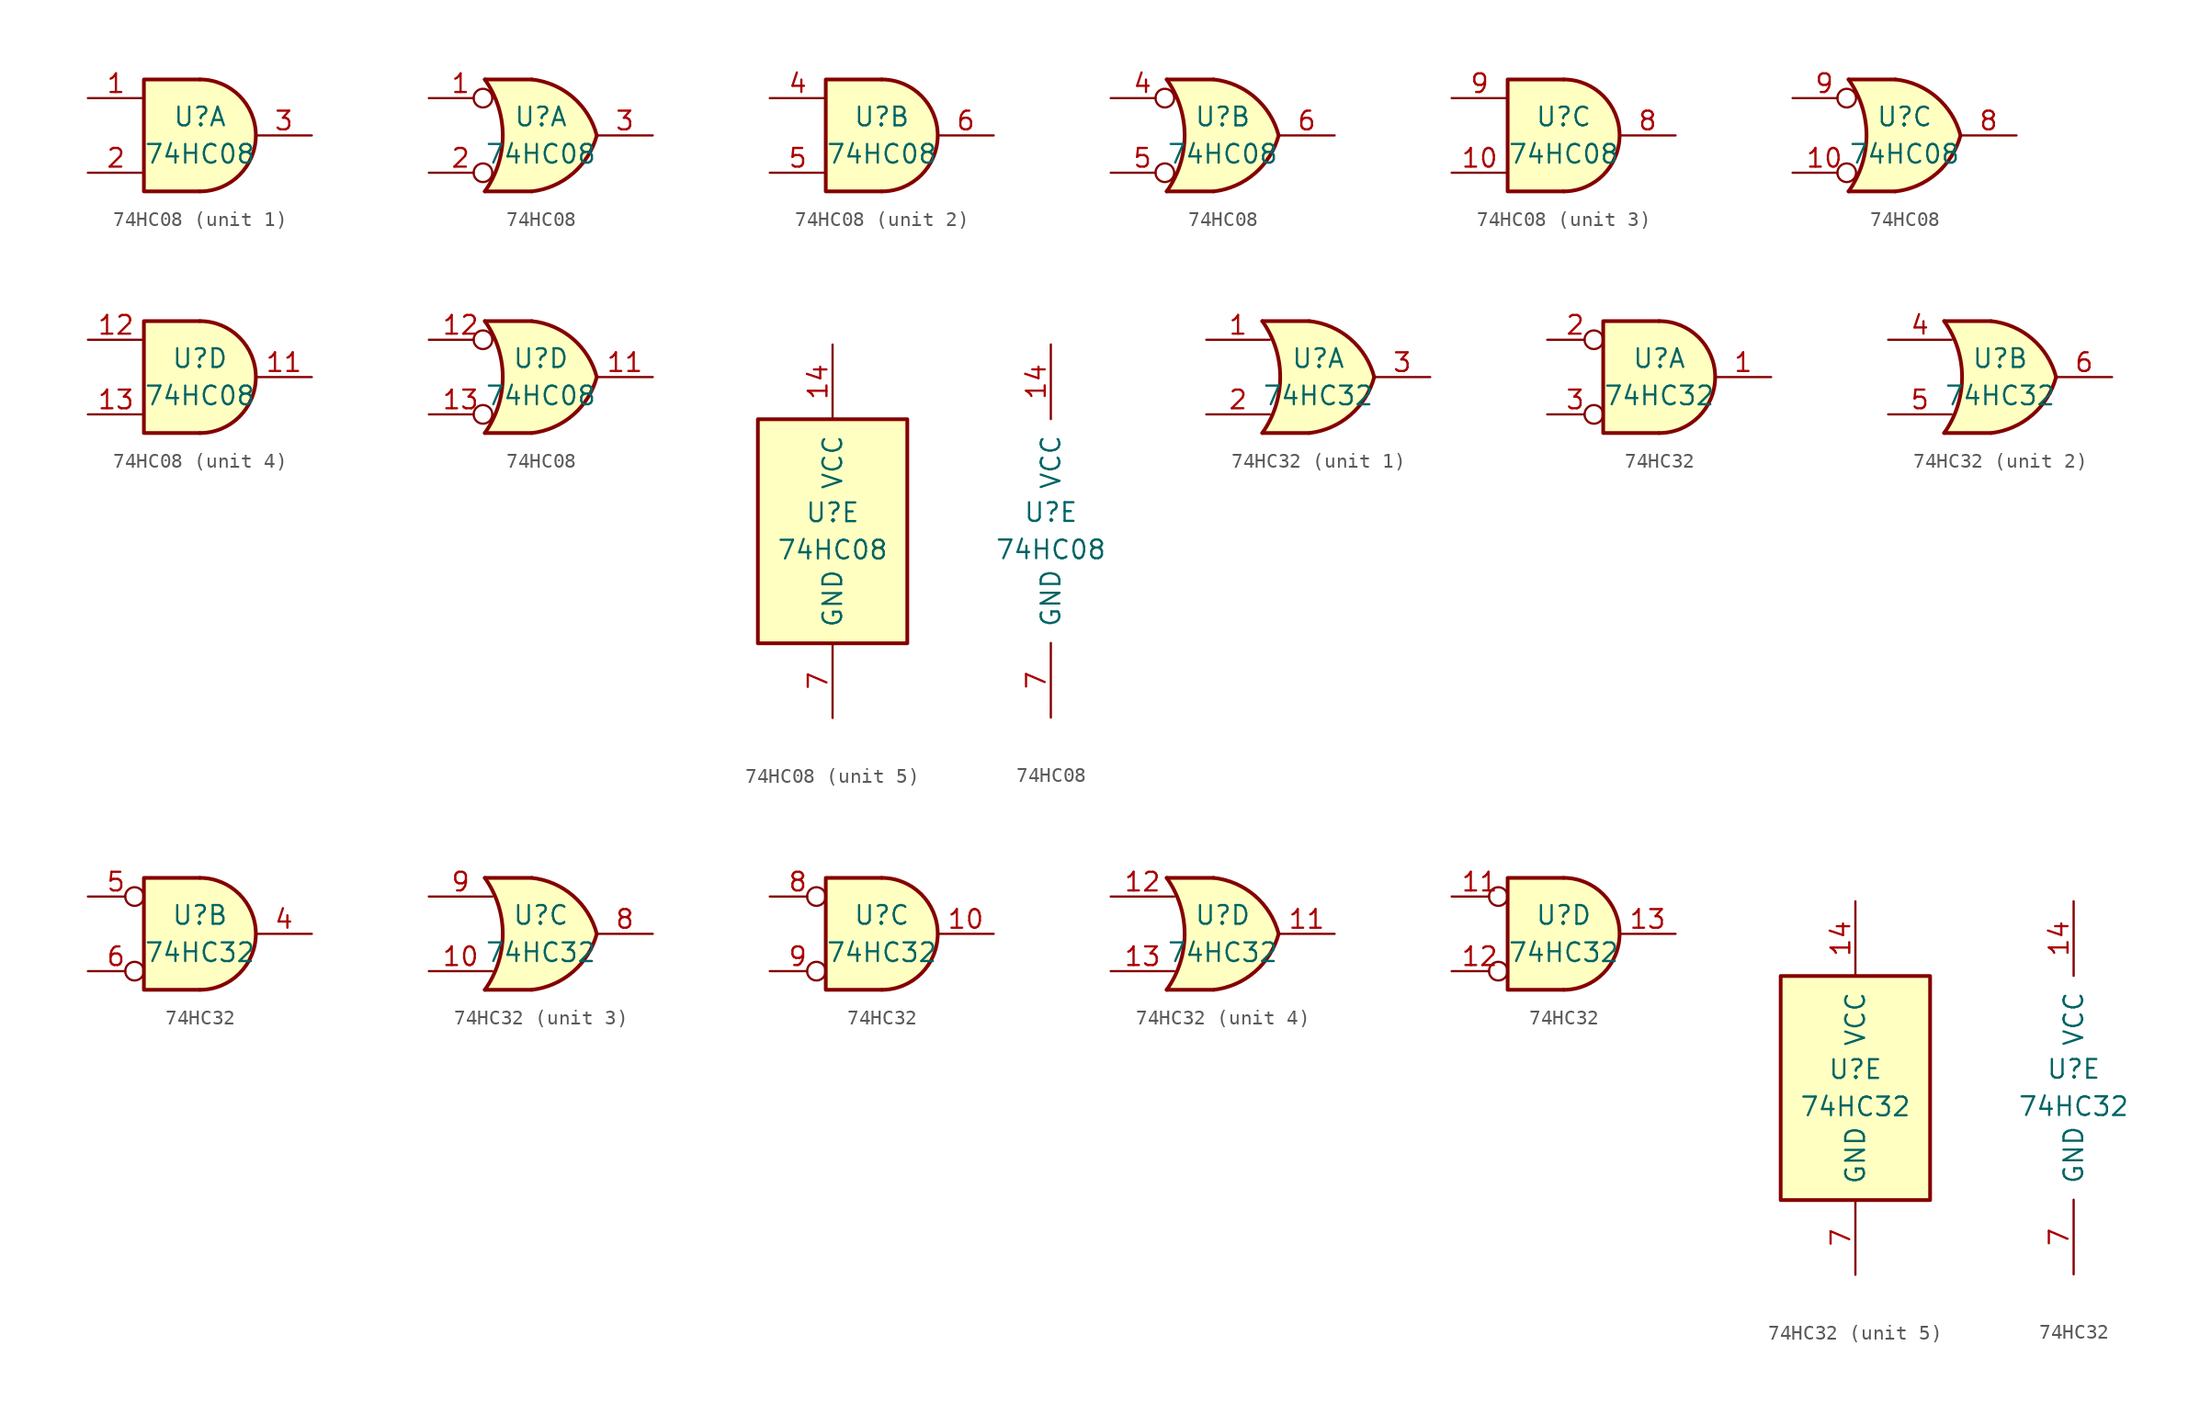
<source format=kicad_sym>
(kicad_symbol_lib
  (version 20220914)
  (generator kicad_symbol_editor)
  (symbol "74HC08"
    (pin_names
      (offset 1.016))
    (property "Reference" "U"
      (at 0 1.27 0)
      (effects (font (size 1.27 1.27))))
    (property "Value" "74HC08"
      (at 0 -1.27 0)
      (effects (font (size 1.27 1.27))))
    (property "ki_locked" ""
      (at 0 0 0)
      (effects (font (size 1.27 1.27))))
    (symbol "74HC08_1_1"
      (arc (start 0 -3.81) (mid 3.7934 0) (end 0 3.81) (stroke (width 0.254) (type default)) (fill (type background)))
      (polyline (pts (xy 0 3.81) (xy -3.81 3.81) (xy -3.81 -3.81) (xy 0 -3.81)) (stroke (width 0.254) (type default)) (fill (type background)))
      (pin input line (at -7.62 2.54 0) (length 3.81) (name "~" (effects (font (size 1.27 1.27)))) (number "1" (effects (font (size 1.27 1.27)))))
      (pin input line (at -7.62 -2.54 0) (length 3.81) (name "~" (effects (font (size 1.27 1.27)))) (number "2" (effects (font (size 1.27 1.27)))))
      (pin output line (at 7.62 0 180) (length 3.81) (name "~" (effects (font (size 1.27 1.27)))) (number "3" (effects (font (size 1.27 1.27))))))
    (symbol "74HC08_1_2"
      (arc (start -3.81 -3.81) (mid -2.589 0) (end -3.81 3.81) (stroke (width 0.254) (type default)) (fill (type none)))
      (arc (start -0.6096 -3.81) (mid 2.1842 -2.5851) (end 3.81 0) (stroke (width 0.254) (type default)) (fill (type background)))
      (polyline (pts (xy -3.81 -3.81) (xy -0.635 -3.81)) (stroke (width 0.254) (type default)) (fill (type background)))
      (polyline (pts (xy -3.81 3.81) (xy -0.635 3.81)) (stroke (width 0.254) (type default)) (fill (type background)))
      (polyline (pts (xy -0.635 3.81) (xy -3.81 3.81) (xy -3.81 3.81) (xy -3.556 3.404) (xy -3.023 2.261) (xy -2.692 1.041) (xy -2.616 -0.254) (xy -2.769 -1.499) (xy -3.175 -2.718) (xy -3.81 -3.81) (xy -3.81 -3.81) (xy -0.635 -3.81)) (stroke (width -25.4) (type default)) (fill (type background)))
      (arc (start 3.81 0) (mid 2.1915 2.5936) (end -0.6096 3.81) (stroke (width 0.254) (type default)) (fill (type background)))
      (pin input inverted (at -7.62 2.54 0) (length 4.318) (name "~" (effects (font (size 1.27 1.27)))) (number "1" (effects (font (size 1.27 1.27)))))
      (pin input inverted (at -7.62 -2.54 0) (length 4.318) (name "~" (effects (font (size 1.27 1.27)))) (number "2" (effects (font (size 1.27 1.27)))))
      (pin output line (at 7.62 0 180) (length 3.81) (name "~" (effects (font (size 1.27 1.27)))) (number "3" (effects (font (size 1.27 1.27))))))
    (symbol "74HC08_2_1"
      (arc (start 0 -3.81) (mid 3.7934 0) (end 0 3.81) (stroke (width 0.254) (type default)) (fill (type background)))
      (polyline (pts (xy 0 3.81) (xy -3.81 3.81) (xy -3.81 -3.81) (xy 0 -3.81)) (stroke (width 0.254) (type default)) (fill (type background)))
      (pin input line (at -7.62 2.54 0) (length 3.81) (name "~" (effects (font (size 1.27 1.27)))) (number "4" (effects (font (size 1.27 1.27)))))
      (pin input line (at -7.62 -2.54 0) (length 3.81) (name "~" (effects (font (size 1.27 1.27)))) (number "5" (effects (font (size 1.27 1.27)))))
      (pin output line (at 7.62 0 180) (length 3.81) (name "~" (effects (font (size 1.27 1.27)))) (number "6" (effects (font (size 1.27 1.27))))))
    (symbol "74HC08_2_2"
      (arc (start -3.81 -3.81) (mid -2.589 0) (end -3.81 3.81) (stroke (width 0.254) (type default)) (fill (type none)))
      (arc (start -0.6096 -3.81) (mid 2.1842 -2.5851) (end 3.81 0) (stroke (width 0.254) (type default)) (fill (type background)))
      (polyline (pts (xy -3.81 -3.81) (xy -0.635 -3.81)) (stroke (width 0.254) (type default)) (fill (type background)))
      (polyline (pts (xy -3.81 3.81) (xy -0.635 3.81)) (stroke (width 0.254) (type default)) (fill (type background)))
      (polyline (pts (xy -0.635 3.81) (xy -3.81 3.81) (xy -3.81 3.81) (xy -3.556 3.404) (xy -3.023 2.261) (xy -2.692 1.041) (xy -2.616 -0.254) (xy -2.769 -1.499) (xy -3.175 -2.718) (xy -3.81 -3.81) (xy -3.81 -3.81) (xy -0.635 -3.81)) (stroke (width -25.4) (type default)) (fill (type background)))
      (arc (start 3.81 0) (mid 2.1915 2.5936) (end -0.6096 3.81) (stroke (width 0.254) (type default)) (fill (type background)))
      (pin input inverted (at -7.62 2.54 0) (length 4.318) (name "~" (effects (font (size 1.27 1.27)))) (number "4" (effects (font (size 1.27 1.27)))))
      (pin input inverted (at -7.62 -2.54 0) (length 4.318) (name "~" (effects (font (size 1.27 1.27)))) (number "5" (effects (font (size 1.27 1.27)))))
      (pin output line (at 7.62 0 180) (length 3.81) (name "~" (effects (font (size 1.27 1.27)))) (number "6" (effects (font (size 1.27 1.27))))))
    (symbol "74HC08_3_1"
      (arc (start 0 -3.81) (mid 3.7934 0) (end 0 3.81) (stroke (width 0.254) (type default)) (fill (type background)))
      (polyline (pts (xy 0 3.81) (xy -3.81 3.81) (xy -3.81 -3.81) (xy 0 -3.81)) (stroke (width 0.254) (type default)) (fill (type background)))
      (pin input line (at -7.62 -2.54 0) (length 3.81) (name "~" (effects (font (size 1.27 1.27)))) (number "10" (effects (font (size 1.27 1.27)))))
      (pin output line (at 7.62 0 180) (length 3.81) (name "~" (effects (font (size 1.27 1.27)))) (number "8" (effects (font (size 1.27 1.27)))))
      (pin input line (at -7.62 2.54 0) (length 3.81) (name "~" (effects (font (size 1.27 1.27)))) (number "9" (effects (font (size 1.27 1.27))))))
    (symbol "74HC08_3_2"
      (arc (start -3.81 -3.81) (mid -2.589 0) (end -3.81 3.81) (stroke (width 0.254) (type default)) (fill (type none)))
      (arc (start -0.6096 -3.81) (mid 2.1842 -2.5851) (end 3.81 0) (stroke (width 0.254) (type default)) (fill (type background)))
      (polyline (pts (xy -3.81 -3.81) (xy -0.635 -3.81)) (stroke (width 0.254) (type default)) (fill (type background)))
      (polyline (pts (xy -3.81 3.81) (xy -0.635 3.81)) (stroke (width 0.254) (type default)) (fill (type background)))
      (polyline (pts (xy -0.635 3.81) (xy -3.81 3.81) (xy -3.81 3.81) (xy -3.556 3.404) (xy -3.023 2.261) (xy -2.692 1.041) (xy -2.616 -0.254) (xy -2.769 -1.499) (xy -3.175 -2.718) (xy -3.81 -3.81) (xy -3.81 -3.81) (xy -0.635 -3.81)) (stroke (width -25.4) (type default)) (fill (type background)))
      (arc (start 3.81 0) (mid 2.1915 2.5936) (end -0.6096 3.81) (stroke (width 0.254) (type default)) (fill (type background)))
      (pin input inverted (at -7.62 -2.54 0) (length 4.318) (name "~" (effects (font (size 1.27 1.27)))) (number "10" (effects (font (size 1.27 1.27)))))
      (pin output line (at 7.62 0 180) (length 3.81) (name "~" (effects (font (size 1.27 1.27)))) (number "8" (effects (font (size 1.27 1.27)))))
      (pin input inverted (at -7.62 2.54 0) (length 4.318) (name "~" (effects (font (size 1.27 1.27)))) (number "9" (effects (font (size 1.27 1.27))))))
    (symbol "74HC08_4_1"
      (arc (start 0 -3.81) (mid 3.7934 0) (end 0 3.81) (stroke (width 0.254) (type default)) (fill (type background)))
      (polyline (pts (xy 0 3.81) (xy -3.81 3.81) (xy -3.81 -3.81) (xy 0 -3.81)) (stroke (width 0.254) (type default)) (fill (type background)))
      (pin output line (at 7.62 0 180) (length 3.81) (name "~" (effects (font (size 1.27 1.27)))) (number "11" (effects (font (size 1.27 1.27)))))
      (pin input line (at -7.62 2.54 0) (length 3.81) (name "~" (effects (font (size 1.27 1.27)))) (number "12" (effects (font (size 1.27 1.27)))))
      (pin input line (at -7.62 -2.54 0) (length 3.81) (name "~" (effects (font (size 1.27 1.27)))) (number "13" (effects (font (size 1.27 1.27))))))
    (symbol "74HC08_4_2"
      (arc (start -3.81 -3.81) (mid -2.589 0) (end -3.81 3.81) (stroke (width 0.254) (type default)) (fill (type none)))
      (arc (start -0.6096 -3.81) (mid 2.1842 -2.5851) (end 3.81 0) (stroke (width 0.254) (type default)) (fill (type background)))
      (polyline (pts (xy -3.81 -3.81) (xy -0.635 -3.81)) (stroke (width 0.254) (type default)) (fill (type background)))
      (polyline (pts (xy -3.81 3.81) (xy -0.635 3.81)) (stroke (width 0.254) (type default)) (fill (type background)))
      (polyline (pts (xy -0.635 3.81) (xy -3.81 3.81) (xy -3.81 3.81) (xy -3.556 3.404) (xy -3.023 2.261) (xy -2.692 1.041) (xy -2.616 -0.254) (xy -2.769 -1.499) (xy -3.175 -2.718) (xy -3.81 -3.81) (xy -3.81 -3.81) (xy -0.635 -3.81)) (stroke (width -25.4) (type default)) (fill (type background)))
      (arc (start 3.81 0) (mid 2.1915 2.5936) (end -0.6096 3.81) (stroke (width 0.254) (type default)) (fill (type background)))
      (pin output line (at 7.62 0 180) (length 3.81) (name "~" (effects (font (size 1.27 1.27)))) (number "11" (effects (font (size 1.27 1.27)))))
      (pin input inverted (at -7.62 2.54 0) (length 4.318) (name "~" (effects (font (size 1.27 1.27)))) (number "12" (effects (font (size 1.27 1.27)))))
      (pin input inverted (at -7.62 -2.54 0) (length 4.318) (name "~" (effects (font (size 1.27 1.27)))) (number "13" (effects (font (size 1.27 1.27))))))
    (symbol "74HC08_5_0"
      (pin power_in line (at 0 12.7 270) (length 5.08) (name "VCC" (effects (font (size 1.27 1.27)))) (number "14" (effects (font (size 1.27 1.27)))))
      (pin power_in line (at 0 -12.7 90) (length 5.08) (name "GND" (effects (font (size 1.27 1.27)))) (number "7" (effects (font (size 1.27 1.27))))))
    (symbol "74HC08_5_1"
      (rectangle (start -5.08 7.62) (end 5.08 -7.62) (stroke (width 0.254) (type default)) (fill (type background)))))
  (symbol "74HC32"
    (pin_names
      (offset 1.016))
    (property "Reference" "U"
      (at 0 1.27 0)
      (effects (font (size 1.27 1.27))))
    (property "Value" "74HC32"
      (at 0 -1.27 0)
      (effects (font (size 1.27 1.27))))
    (property "ki_locked" ""
      (at 0 0 0)
      (effects (font (size 1.27 1.27))))
    (symbol "74HC32_1_1"
      (arc (start -3.81 -3.81) (mid -2.589 0) (end -3.81 3.81) (stroke (width 0.254) (type default)) (fill (type none)))
      (arc (start -0.6096 -3.81) (mid 2.1842 -2.5851) (end 3.81 0) (stroke (width 0.254) (type default)) (fill (type background)))
      (polyline (pts (xy -3.81 -3.81) (xy -0.635 -3.81)) (stroke (width 0.254) (type default)) (fill (type background)))
      (polyline (pts (xy -3.81 3.81) (xy -0.635 3.81)) (stroke (width 0.254) (type default)) (fill (type background)))
      (polyline (pts (xy -0.635 3.81) (xy -3.81 3.81) (xy -3.81 3.81) (xy -3.556 3.404) (xy -3.023 2.261) (xy -2.692 1.041) (xy -2.616 -0.254) (xy -2.769 -1.499) (xy -3.175 -2.718) (xy -3.81 -3.81) (xy -3.81 -3.81) (xy -0.635 -3.81)) (stroke (width -25.4) (type default)) (fill (type background)))
      (arc (start 3.81 0) (mid 2.1915 2.5936) (end -0.6096 3.81) (stroke (width 0.254) (type default)) (fill (type background)))
      (pin input line (at -7.62 2.54 0) (length 4.318) (name "~" (effects (font (size 1.27 1.27)))) (number "1" (effects (font (size 1.27 1.27)))))
      (pin input line (at -7.62 -2.54 0) (length 4.318) (name "~" (effects (font (size 1.27 1.27)))) (number "2" (effects (font (size 1.27 1.27)))))
      (pin output line (at 7.62 0 180) (length 3.81) (name "~" (effects (font (size 1.27 1.27)))) (number "3" (effects (font (size 1.27 1.27))))))
    (symbol "74HC32_1_2"
      (arc (start 0 -3.81) (mid 3.7934 0) (end 0 3.81) (stroke (width 0.254) (type default)) (fill (type background)))
      (polyline (pts (xy 0 3.81) (xy -3.81 3.81) (xy -3.81 -3.81) (xy 0 -3.81)) (stroke (width 0.254) (type default)) (fill (type background)))
      (pin output line (at 7.62 0 180) (length 3.81) (name "~" (effects (font (size 1.27 1.27)))) (number "1" (effects (font (size 1.27 1.27)))))
      (pin input inverted (at -7.62 2.54 0) (length 3.81) (name "~" (effects (font (size 1.27 1.27)))) (number "2" (effects (font (size 1.27 1.27)))))
      (pin input inverted (at -7.62 -2.54 0) (length 3.81) (name "~" (effects (font (size 1.27 1.27)))) (number "3" (effects (font (size 1.27 1.27))))))
    (symbol "74HC32_2_1"
      (arc (start -3.81 -3.81) (mid -2.589 0) (end -3.81 3.81) (stroke (width 0.254) (type default)) (fill (type none)))
      (arc (start -0.6096 -3.81) (mid 2.1842 -2.5851) (end 3.81 0) (stroke (width 0.254) (type default)) (fill (type background)))
      (polyline (pts (xy -3.81 -3.81) (xy -0.635 -3.81)) (stroke (width 0.254) (type default)) (fill (type background)))
      (polyline (pts (xy -3.81 3.81) (xy -0.635 3.81)) (stroke (width 0.254) (type default)) (fill (type background)))
      (polyline (pts (xy -0.635 3.81) (xy -3.81 3.81) (xy -3.81 3.81) (xy -3.556 3.404) (xy -3.023 2.261) (xy -2.692 1.041) (xy -2.616 -0.254) (xy -2.769 -1.499) (xy -3.175 -2.718) (xy -3.81 -3.81) (xy -3.81 -3.81) (xy -0.635 -3.81)) (stroke (width -25.4) (type default)) (fill (type background)))
      (arc (start 3.81 0) (mid 2.1915 2.5936) (end -0.6096 3.81) (stroke (width 0.254) (type default)) (fill (type background)))
      (pin input line (at -7.62 2.54 0) (length 4.318) (name "~" (effects (font (size 1.27 1.27)))) (number "4" (effects (font (size 1.27 1.27)))))
      (pin input line (at -7.62 -2.54 0) (length 4.318) (name "~" (effects (font (size 1.27 1.27)))) (number "5" (effects (font (size 1.27 1.27)))))
      (pin output line (at 7.62 0 180) (length 3.81) (name "~" (effects (font (size 1.27 1.27)))) (number "6" (effects (font (size 1.27 1.27))))))
    (symbol "74HC32_2_2"
      (arc (start 0 -3.81) (mid 3.7934 0) (end 0 3.81) (stroke (width 0.254) (type default)) (fill (type background)))
      (polyline (pts (xy 0 3.81) (xy -3.81 3.81) (xy -3.81 -3.81) (xy 0 -3.81)) (stroke (width 0.254) (type default)) (fill (type background)))
      (pin output line (at 7.62 0 180) (length 3.81) (name "~" (effects (font (size 1.27 1.27)))) (number "4" (effects (font (size 1.27 1.27)))))
      (pin input inverted (at -7.62 2.54 0) (length 3.81) (name "~" (effects (font (size 1.27 1.27)))) (number "5" (effects (font (size 1.27 1.27)))))
      (pin input inverted (at -7.62 -2.54 0) (length 3.81) (name "~" (effects (font (size 1.27 1.27)))) (number "6" (effects (font (size 1.27 1.27))))))
    (symbol "74HC32_3_1"
      (arc (start -3.81 -3.81) (mid -2.589 0) (end -3.81 3.81) (stroke (width 0.254) (type default)) (fill (type none)))
      (arc (start -0.6096 -3.81) (mid 2.1842 -2.5851) (end 3.81 0) (stroke (width 0.254) (type default)) (fill (type background)))
      (polyline (pts (xy -3.81 -3.81) (xy -0.635 -3.81)) (stroke (width 0.254) (type default)) (fill (type background)))
      (polyline (pts (xy -3.81 3.81) (xy -0.635 3.81)) (stroke (width 0.254) (type default)) (fill (type background)))
      (polyline (pts (xy -0.635 3.81) (xy -3.81 3.81) (xy -3.81 3.81) (xy -3.556 3.404) (xy -3.023 2.261) (xy -2.692 1.041) (xy -2.616 -0.254) (xy -2.769 -1.499) (xy -3.175 -2.718) (xy -3.81 -3.81) (xy -3.81 -3.81) (xy -0.635 -3.81)) (stroke (width -25.4) (type default)) (fill (type background)))
      (arc (start 3.81 0) (mid 2.1915 2.5936) (end -0.6096 3.81) (stroke (width 0.254) (type default)) (fill (type background)))
      (pin input line (at -7.62 -2.54 0) (length 4.318) (name "~" (effects (font (size 1.27 1.27)))) (number "10" (effects (font (size 1.27 1.27)))))
      (pin output line (at 7.62 0 180) (length 3.81) (name "~" (effects (font (size 1.27 1.27)))) (number "8" (effects (font (size 1.27 1.27)))))
      (pin input line (at -7.62 2.54 0) (length 4.318) (name "~" (effects (font (size 1.27 1.27)))) (number "9" (effects (font (size 1.27 1.27))))))
    (symbol "74HC32_3_2"
      (arc (start 0 -3.81) (mid 3.7934 0) (end 0 3.81) (stroke (width 0.254) (type default)) (fill (type background)))
      (polyline (pts (xy 0 3.81) (xy -3.81 3.81) (xy -3.81 -3.81) (xy 0 -3.81)) (stroke (width 0.254) (type default)) (fill (type background)))
      (pin output line (at 7.62 0 180) (length 3.81) (name "~" (effects (font (size 1.27 1.27)))) (number "10" (effects (font (size 1.27 1.27)))))
      (pin input inverted (at -7.62 2.54 0) (length 3.81) (name "~" (effects (font (size 1.27 1.27)))) (number "8" (effects (font (size 1.27 1.27)))))
      (pin input inverted (at -7.62 -2.54 0) (length 3.81) (name "~" (effects (font (size 1.27 1.27)))) (number "9" (effects (font (size 1.27 1.27))))))
    (symbol "74HC32_4_1"
      (arc (start -3.81 -3.81) (mid -2.589 0) (end -3.81 3.81) (stroke (width 0.254) (type default)) (fill (type none)))
      (arc (start -0.6096 -3.81) (mid 2.1842 -2.5851) (end 3.81 0) (stroke (width 0.254) (type default)) (fill (type background)))
      (polyline (pts (xy -3.81 -3.81) (xy -0.635 -3.81)) (stroke (width 0.254) (type default)) (fill (type background)))
      (polyline (pts (xy -3.81 3.81) (xy -0.635 3.81)) (stroke (width 0.254) (type default)) (fill (type background)))
      (polyline (pts (xy -0.635 3.81) (xy -3.81 3.81) (xy -3.81 3.81) (xy -3.556 3.404) (xy -3.023 2.261) (xy -2.692 1.041) (xy -2.616 -0.254) (xy -2.769 -1.499) (xy -3.175 -2.718) (xy -3.81 -3.81) (xy -3.81 -3.81) (xy -0.635 -3.81)) (stroke (width -25.4) (type default)) (fill (type background)))
      (arc (start 3.81 0) (mid 2.1915 2.5936) (end -0.6096 3.81) (stroke (width 0.254) (type default)) (fill (type background)))
      (pin output line (at 7.62 0 180) (length 3.81) (name "~" (effects (font (size 1.27 1.27)))) (number "11" (effects (font (size 1.27 1.27)))))
      (pin input line (at -7.62 2.54 0) (length 4.318) (name "~" (effects (font (size 1.27 1.27)))) (number "12" (effects (font (size 1.27 1.27)))))
      (pin input line (at -7.62 -2.54 0) (length 4.318) (name "~" (effects (font (size 1.27 1.27)))) (number "13" (effects (font (size 1.27 1.27))))))
    (symbol "74HC32_4_2"
      (arc (start 0 -3.81) (mid 3.7934 0) (end 0 3.81) (stroke (width 0.254) (type default)) (fill (type background)))
      (polyline (pts (xy 0 3.81) (xy -3.81 3.81) (xy -3.81 -3.81) (xy 0 -3.81)) (stroke (width 0.254) (type default)) (fill (type background)))
      (pin input inverted (at -7.62 2.54 0) (length 3.81) (name "~" (effects (font (size 1.27 1.27)))) (number "11" (effects (font (size 1.27 1.27)))))
      (pin input inverted (at -7.62 -2.54 0) (length 3.81) (name "~" (effects (font (size 1.27 1.27)))) (number "12" (effects (font (size 1.27 1.27)))))
      (pin output line (at 7.62 0 180) (length 3.81) (name "~" (effects (font (size 1.27 1.27)))) (number "13" (effects (font (size 1.27 1.27))))))
    (symbol "74HC32_5_0"
      (pin power_in line (at 0 12.7 270) (length 5.08) (name "VCC" (effects (font (size 1.27 1.27)))) (number "14" (effects (font (size 1.27 1.27)))))
      (pin power_in line (at 0 -12.7 90) (length 5.08) (name "GND" (effects (font (size 1.27 1.27)))) (number "7" (effects (font (size 1.27 1.27))))))
    (symbol "74HC32_5_1"
      (rectangle (start -5.08 7.62) (end 5.08 -7.62) (stroke (width 0.254) (type default)) (fill (type background))))))
</source>
